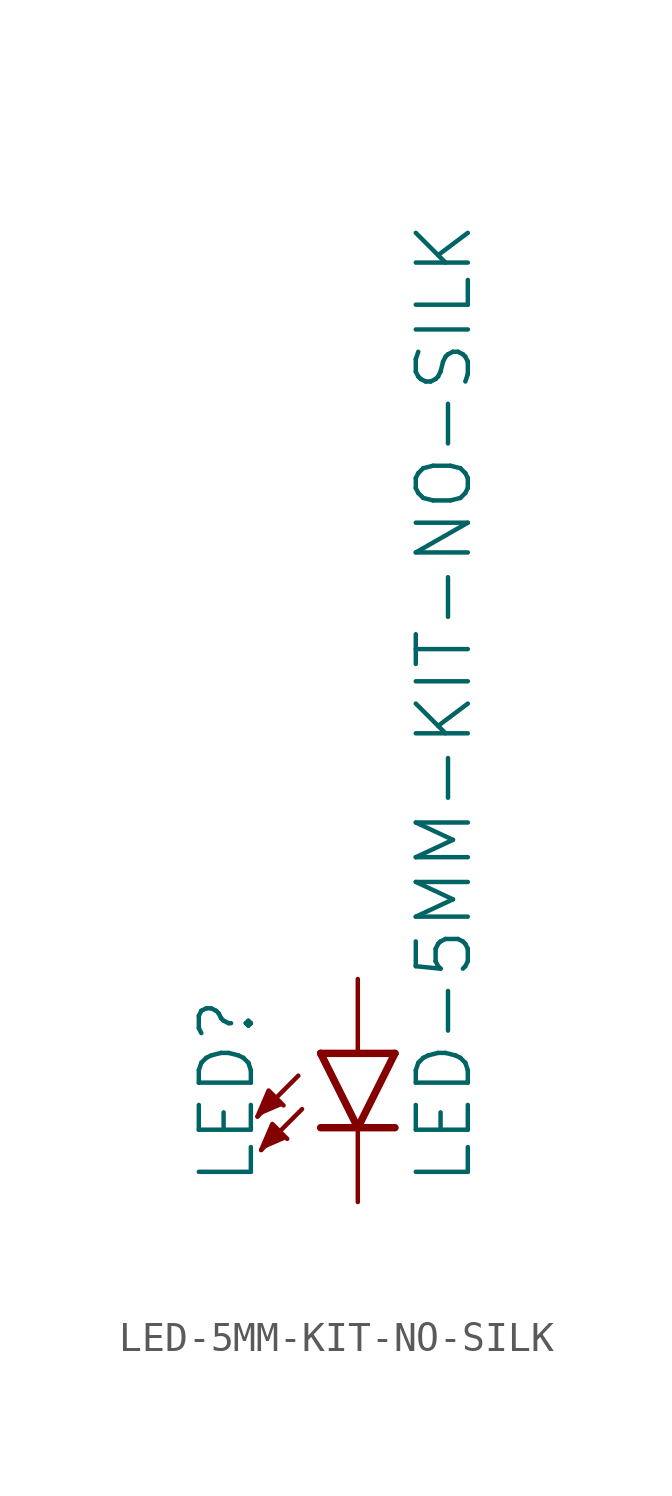
<source format=kicad_sym>
(kicad_symbol_lib
  (version 20211014)
  (generator kicad_symbol_editor)
  (symbol "LED-5MM-KIT-NO-SILK"
    (property "Reference" "LED"
      (at -3.429 -4.572 90)
      (effects (font (size 1.778 1.778)) (justify left bottom)))
    (property "Value" "LED-5MM-KIT-NO-SILK"
      (at 1.905 -4.572 90)
      (effects (font (size 1.778 1.778)) (justify left top)))
    (property "ki_locked" ""
      (at 0 0 0)
      (effects (font (size 1.27 1.27))))
    (symbol "LED-5MM-KIT-NO-SILK_1_0"
      (polyline (pts (xy -2.032 -0.762) (xy -3.429 -2.159)) (stroke (width 0.152) (type default) (color 0 0 0 0)) (fill (type none)))
      (polyline (pts (xy -1.905 -1.905) (xy -3.302 -3.302)) (stroke (width 0.152) (type default) (color 0 0 0 0)) (fill (type none)))
      (polyline (pts (xy 0 -2.54) (xy -1.27 -2.54)) (stroke (width 0.254) (type default) (color 0 0 0 0)) (fill (type none)))
      (polyline (pts (xy 0 -2.54) (xy -1.27 0)) (stroke (width 0.254) (type default) (color 0 0 0 0)) (fill (type none)))
      (polyline (pts (xy 1.27 -2.54) (xy 0 -2.54)) (stroke (width 0.254) (type default) (color 0 0 0 0)) (fill (type none)))
      (polyline (pts (xy 1.27 0) (xy -1.27 0)) (stroke (width 0.254) (type default) (color 0 0 0 0)) (fill (type none)))
      (polyline (pts (xy 1.27 0) (xy 0 -2.54)) (stroke (width 0.254) (type default) (color 0 0 0 0)) (fill (type none)))
      (polyline (pts (xy -3.429 -2.159) (xy -3.048 -1.27) (xy -2.54 -1.778)) (stroke (width 0) (type default) (color 0 0 0 0)) (fill (type outline)))
      (polyline (pts (xy -3.302 -3.302) (xy -2.921 -2.413) (xy -2.413 -2.921)) (stroke (width 0) (type default) (color 0 0 0 0)) (fill (type outline)))
      (pin passive line (at 0 2.54 270) (length 2.54) (name "A" (effects (font (size 0 0)))) (number "A" (effects (font (size 0 0)))))
      (pin passive line (at 0 -5.08 90) (length 2.54) (name "C" (effects (font (size 0 0)))) (number "K" (effects (font (size 0 0))))))))
</source>
